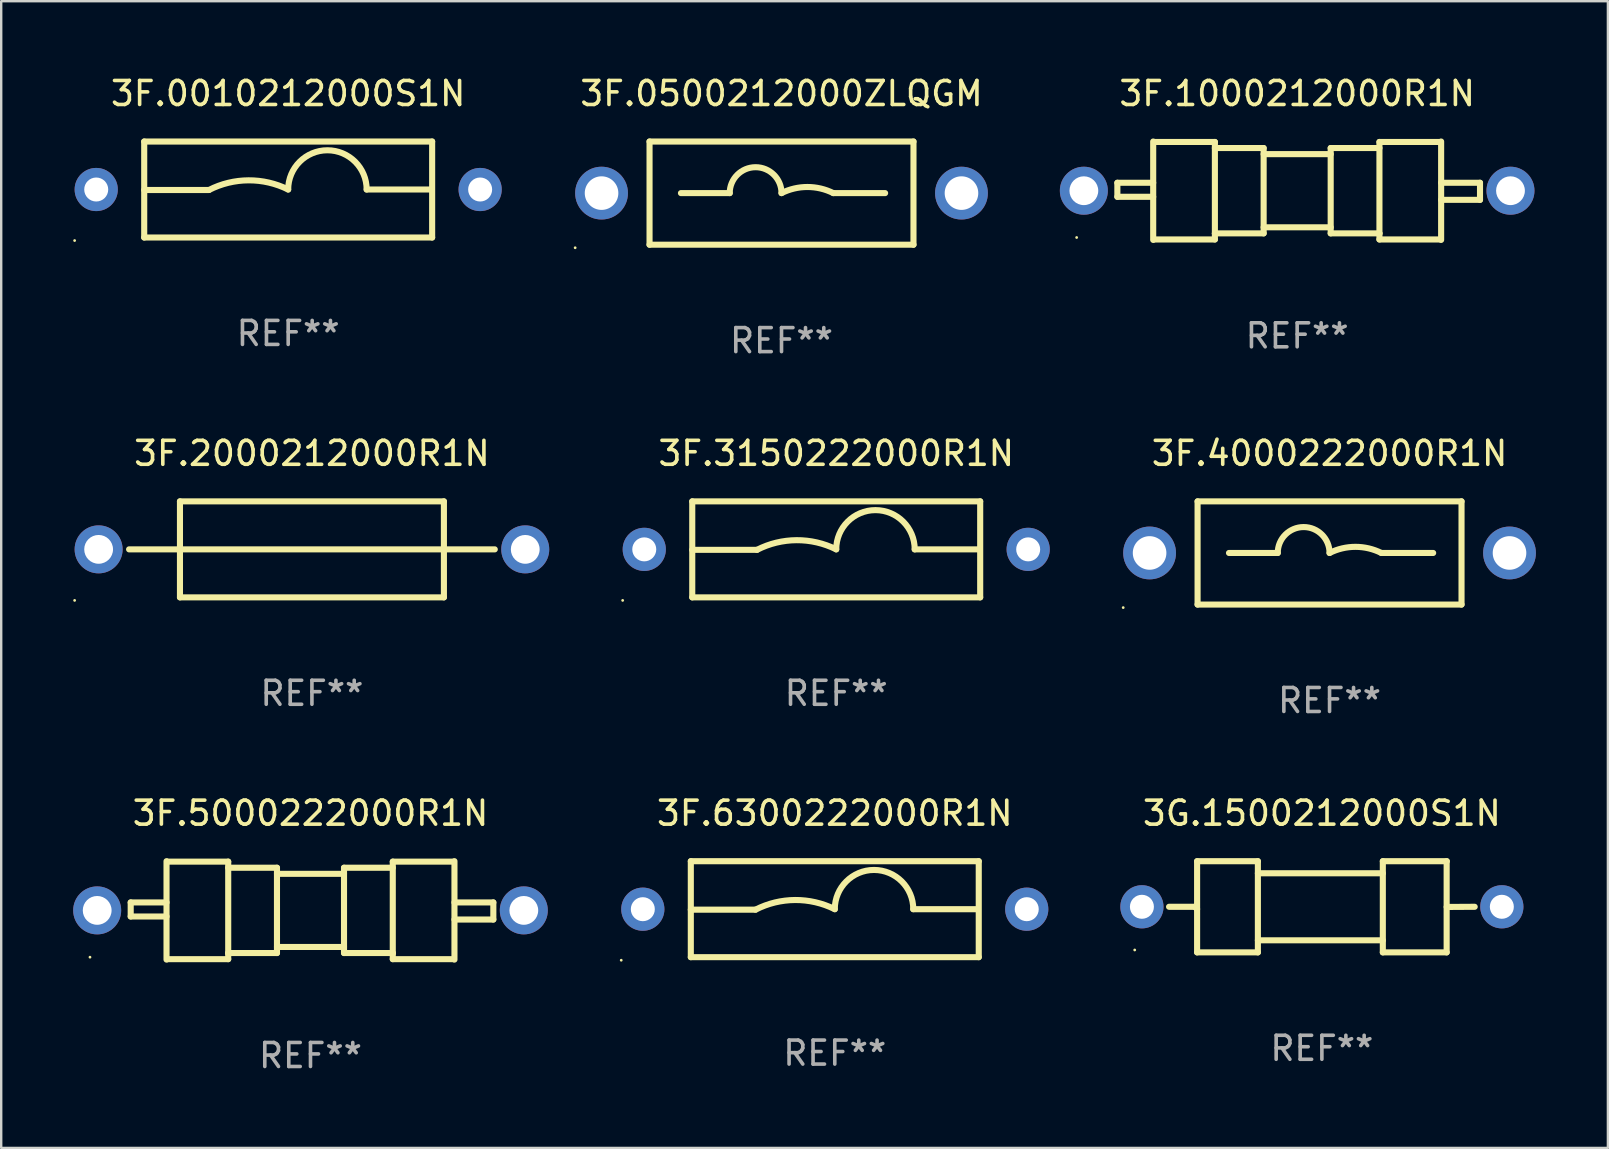
<source format=kicad_pcb>
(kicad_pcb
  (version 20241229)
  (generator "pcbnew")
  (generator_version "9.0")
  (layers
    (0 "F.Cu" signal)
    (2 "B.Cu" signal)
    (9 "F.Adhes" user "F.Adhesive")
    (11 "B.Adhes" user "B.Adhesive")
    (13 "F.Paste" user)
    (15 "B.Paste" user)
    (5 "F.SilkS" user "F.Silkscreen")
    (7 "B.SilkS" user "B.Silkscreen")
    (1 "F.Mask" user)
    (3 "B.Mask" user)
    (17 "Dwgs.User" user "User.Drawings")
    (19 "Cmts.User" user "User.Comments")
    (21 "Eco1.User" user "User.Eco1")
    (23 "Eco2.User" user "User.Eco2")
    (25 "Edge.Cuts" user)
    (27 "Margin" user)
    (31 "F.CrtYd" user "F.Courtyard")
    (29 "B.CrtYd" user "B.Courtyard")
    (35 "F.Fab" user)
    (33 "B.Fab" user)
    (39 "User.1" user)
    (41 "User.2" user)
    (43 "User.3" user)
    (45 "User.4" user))
  (footprint "3F.4000222000R1N"
    (layer "F.Cu")
    (at 52.36 19.995)
    (property "Reference" "3F.4000222000R1N" (at 0 -4.15 0) (layer "F.SilkS") (effects (font (size 1 1) (thickness 0.15))))
    (attr through_hole)
    (fp_line (start -5.5 -2.15) (end -5.5 2.15) (stroke (width 0.254) (type solid)) (layer "F.SilkS"))
    (fp_line (start -5.5 -2.15) (end 5.5 -2.15) (stroke (width 0.254) (type solid)) (layer "F.SilkS"))
    (fp_line (start -5.5 2.15) (end 5.5 2.15) (stroke (width 0.254) (type solid)) (layer "F.SilkS"))
    (fp_line (start -2.159 0) (end -4.191 0) (stroke (width 0.254) (type solid)) (layer "F.SilkS"))
    (fp_line (start 2.159 0) (end 4.318 0) (stroke (width 0.254) (type solid)) (layer "F.SilkS"))
    (fp_line (start 5.5 -2.15) (end 5.5 2.15) (stroke (width 0.254) (type solid)) (layer "F.SilkS"))
    (fp_arc (start -2.159004 0) (mid -1.079502 -1.079502) (end 0 0) (stroke (width 0.254001) (type solid)) (layer "F.SilkS"))
    (fp_arc (start 0 0) (mid 1.079502 -0.254836) (end 2.159004 0) (stroke (width 0.254001) (type solid)) (layer "F.SilkS"))
    (fp_circle (center -8.6 2.277) (end -8.57 2.277) (stroke (width 0.06) (type solid)) (fill no) (layer "F.SilkS"))
    (fp_text user "REF**" (at 0 6.15 0) (layer "F.Fab") (effects (font (size 1 1) (thickness 0.15))))
    (pad "1" thru_hole circle (at -7.5 0) (size 2.2 2.2) (drill 1.4) (layers "*.Cu" "*.Mask"))
    (pad "2" thru_hole circle (at 7.5 0) (size 2.2 2.2) (drill 1.4) (layers "*.Cu" "*.Mask")))
  (footprint "3F.2000212000R1N"
    (layer "F.Cu")
    (at 9.95 19.845)
    (property "Reference" "3F.2000212000R1N" (at 0 -4 0) (layer "F.SilkS") (effects (font (size 1 1) (thickness 0.15))))
    (attr through_hole)
    (fp_line (start -5.5 -2) (end -5.5 2) (stroke (width 0.254) (type solid)) (layer "F.SilkS"))
    (fp_line (start -5.5 -2) (end 5.5 -2) (stroke (width 0.254) (type solid)) (layer "F.SilkS"))
    (fp_line (start 5.5 2) (end -5.5 2) (stroke (width 0.254) (type solid)) (layer "F.SilkS"))
    (fp_line (start 5.5 2) (end 5.5 -2) (stroke (width 0.254) (type solid)) (layer "F.SilkS"))
    (fp_line (start 7.62 0) (end -7.62 0) (stroke (width 0.254) (type solid)) (layer "F.SilkS"))
    (fp_circle (center -9.89 2.127) (end -9.86 2.127) (stroke (width 0.06) (type solid)) (fill no) (layer "F.SilkS"))
    (fp_text user "REF**" (at 0 6 0) (layer "F.Fab") (effects (font (size 1 1) (thickness 0.15))))
    (pad "1" thru_hole circle (at -8.89 0) (size 2 2) (drill 1.2) (layers "*.Cu" "*.Mask"))
    (pad "2" thru_hole circle (at 8.89 0) (size 2 2) (drill 1.2) (layers "*.Cu" "*.Mask")))
  (footprint "3F.6300222000R1N"
    (layer "F.Cu")
    (at 31.74 34.841)
    (property "Reference" "3F.6300222000R1N" (at 0 -4 0) (layer "F.SilkS") (effects (font (size 1 1) (thickness 0.15))))
    (attr through_hole)
    (fp_line (start -6 -2) (end 6 -2) (stroke (width 0.254) (type solid)) (layer "F.SilkS"))
    (fp_line (start -6 0.02) (end -3.302 0.02) (stroke (width 0.254) (type solid)) (layer "F.SilkS"))
    (fp_line (start -6 2) (end -6 -2) (stroke (width 0.254) (type solid)) (layer "F.SilkS"))
    (fp_line (start 5.969 0) (end 3.271 0) (stroke (width 0.254) (type solid)) (layer "F.SilkS"))
    (fp_line (start 6 -2) (end 6 2) (stroke (width 0.254) (type solid)) (layer "F.SilkS"))
    (fp_line (start 6 2) (end -6 2) (stroke (width 0.254) (type solid)) (layer "F.SilkS"))
    (fp_arc (start -3.302007 0.020218) (mid -1.653409 -0.382715) (end 0 0) (stroke (width 0.254001) (type solid)) (layer "F.SilkS"))
    (fp_arc (start 0.000001 0) (mid 1.635497 -1.634823) (end 3.270993 0) (stroke (width 0.254001) (type solid)) (layer "F.SilkS"))
    (fp_circle (center -8.9 2.127) (end -8.87 2.127) (stroke (width 0.06) (type solid)) (fill no) (layer "F.SilkS"))
    (fp_text user "REF**" (at 0 6 0) (layer "F.Fab") (effects (font (size 1 1) (thickness 0.15))))
    (pad "1" thru_hole circle (at -8 0) (size 1.8 1.8) (drill 1) (layers "*.Cu" "*.Mask"))
    (pad "2" thru_hole circle (at 8 0) (size 1.8 1.8) (drill 1) (layers "*.Cu" "*.Mask")))
  (footprint "3F.1000212000R1N"
    (layer "F.Cu")
    (at 51.01 4.898)
    (property "Reference" "3F.1000212000R1N" (at 0 -4.05 0) (layer "F.SilkS") (effects (font (size 1 1) (thickness 0.15))))
    (attr through_hole)
    (fp_line (start -7.493 -0.331) (end -7.493 0.254) (stroke (width 0.254) (type solid)) (layer "F.SilkS"))
    (fp_line (start -7.493 0.254) (end -6 0.254) (stroke (width 0.254) (type solid)) (layer "F.SilkS"))
    (fp_line (start -6 -0.331) (end -7.493 -0.331) (stroke (width 0.254) (type solid)) (layer "F.SilkS"))
    (fp_line (start -6 2.05) (end -6 -2.05) (stroke (width 0.254) (type solid)) (layer "F.SilkS"))
    (fp_line (start -5.969 -2.032) (end -3.429 -2.032) (stroke (width 0.254) (type solid)) (layer "F.SilkS"))
    (fp_line (start -3.429 -2.032) (end -3.429 2.032) (stroke (width 0.254) (type solid)) (layer "F.SilkS"))
    (fp_line (start -3.429 -1.778) (end -1.397 -1.778) (stroke (width 0.254) (type solid)) (layer "F.SilkS"))
    (fp_line (start -3.429 1.778) (end -3.429 1.778) (stroke (width 0.254) (type solid)) (layer "F.SilkS"))
    (fp_line (start -3.429 2.032) (end -5.969 2.032) (stroke (width 0.254) (type solid)) (layer "F.SilkS"))
    (fp_line (start -1.397 -1.778) (end -1.397 1.778) (stroke (width 0.254) (type solid)) (layer "F.SilkS"))
    (fp_line (start -1.397 -1.524) (end 1.397 -1.524) (stroke (width 0.254) (type solid)) (layer "F.SilkS"))
    (fp_line (start -1.397 1.524) (end 1.397 1.524) (stroke (width 0.254) (type solid)) (layer "F.SilkS"))
    (fp_line (start -1.397 1.778) (end -3.429 1.778) (stroke (width 0.254) (type solid)) (layer "F.SilkS"))
    (fp_line (start 1.397 -1.778) (end 1.397 1.778) (stroke (width 0.254) (type solid)) (layer "F.SilkS"))
    (fp_line (start 1.397 1.778) (end 3.429 1.778) (stroke (width 0.254) (type solid)) (layer "F.SilkS"))
    (fp_line (start 3.429 -2.032) (end 3.429 2.032) (stroke (width 0.254) (type solid)) (layer "F.SilkS"))
    (fp_line (start 3.429 -1.778) (end 1.397 -1.778) (stroke (width 0.254) (type solid)) (layer "F.SilkS"))
    (fp_line (start 3.429 1.778) (end 3.429 1.778) (stroke (width 0.254) (type solid)) (layer "F.SilkS"))
    (fp_line (start 3.429 2.032) (end 5.969 2.032) (stroke (width 0.254) (type solid)) (layer "F.SilkS"))
    (fp_line (start 5.969 -2.032) (end 3.429 -2.032) (stroke (width 0.254) (type solid)) (layer "F.SilkS"))
    (fp_line (start 6 -2.05) (end 6 2.05) (stroke (width 0.254) (type solid)) (layer "F.SilkS"))
    (fp_line (start 6 -0.331) (end 7.62 -0.331) (stroke (width 0.254) (type solid)) (layer "F.SilkS"))
    (fp_line (start 7.62 -0.331) (end 7.62 0.381) (stroke (width 0.254) (type solid)) (layer "F.SilkS"))
    (fp_line (start 7.62 0.381) (end 6 0.381) (stroke (width 0.254) (type solid)) (layer "F.SilkS"))
    (fp_circle (center -9.19 1.95) (end -9.16 1.95) (stroke (width 0.06) (type solid)) (fill no) (layer "F.SilkS"))
    (fp_text user "REF**" (at 0 6.05 0) (layer "F.Fab") (effects (font (size 1 1) (thickness 0.15))))
    (pad "1" thru_hole circle (at -8.89 0) (size 2 2) (drill 1.2) (layers "*.Cu" "*.Mask"))
    (pad "2" thru_hole circle (at 8.89 0) (size 2 2) (drill 1.2) (layers "*.Cu" "*.Mask")))
  (footprint "3F.5000222000R1N"
    (layer "F.Cu")
    (at 9.89 34.891)
    (property "Reference" "3F.5000222000R1N" (at 0 -4.05 0) (layer "F.SilkS") (effects (font (size 1 1) (thickness 0.15))))
    (attr through_hole)
    (fp_line (start -7.493 -0.331) (end -7.493 0.254) (stroke (width 0.254) (type solid)) (layer "F.SilkS"))
    (fp_line (start -7.493 0.254) (end -6 0.254) (stroke (width 0.254) (type solid)) (layer "F.SilkS"))
    (fp_line (start -6 -0.331) (end -7.493 -0.331) (stroke (width 0.254) (type solid)) (layer "F.SilkS"))
    (fp_line (start -6 2.05) (end -6 -2.05) (stroke (width 0.254) (type solid)) (layer "F.SilkS"))
    (fp_line (start -5.969 -2.032) (end -3.429 -2.032) (stroke (width 0.254) (type solid)) (layer "F.SilkS"))
    (fp_line (start -3.429 -2.032) (end -3.429 2.032) (stroke (width 0.254) (type solid)) (layer "F.SilkS"))
    (fp_line (start -3.429 -1.778) (end -1.397 -1.778) (stroke (width 0.254) (type solid)) (layer "F.SilkS"))
    (fp_line (start -3.429 1.778) (end -3.429 1.778) (stroke (width 0.254) (type solid)) (layer "F.SilkS"))
    (fp_line (start -3.429 2.032) (end -5.969 2.032) (stroke (width 0.254) (type solid)) (layer "F.SilkS"))
    (fp_line (start -1.397 -1.778) (end -1.397 1.778) (stroke (width 0.254) (type solid)) (layer "F.SilkS"))
    (fp_line (start -1.397 -1.524) (end 1.397 -1.524) (stroke (width 0.254) (type solid)) (layer "F.SilkS"))
    (fp_line (start -1.397 1.524) (end 1.397 1.524) (stroke (width 0.254) (type solid)) (layer "F.SilkS"))
    (fp_line (start -1.397 1.778) (end -3.429 1.778) (stroke (width 0.254) (type solid)) (layer "F.SilkS"))
    (fp_line (start 1.397 -1.778) (end 1.397 1.778) (stroke (width 0.254) (type solid)) (layer "F.SilkS"))
    (fp_line (start 1.397 1.778) (end 3.429 1.778) (stroke (width 0.254) (type solid)) (layer "F.SilkS"))
    (fp_line (start 3.429 -2.032) (end 3.429 2.032) (stroke (width 0.254) (type solid)) (layer "F.SilkS"))
    (fp_line (start 3.429 -1.778) (end 1.397 -1.778) (stroke (width 0.254) (type solid)) (layer "F.SilkS"))
    (fp_line (start 3.429 1.778) (end 3.429 1.778) (stroke (width 0.254) (type solid)) (layer "F.SilkS"))
    (fp_line (start 3.429 2.032) (end 5.969 2.032) (stroke (width 0.254) (type solid)) (layer "F.SilkS"))
    (fp_line (start 5.969 -2.032) (end 3.429 -2.032) (stroke (width 0.254) (type solid)) (layer "F.SilkS"))
    (fp_line (start 6 -2.05) (end 6 2.05) (stroke (width 0.254) (type solid)) (layer "F.SilkS"))
    (fp_line (start 6 -0.331) (end 7.62 -0.331) (stroke (width 0.254) (type solid)) (layer "F.SilkS"))
    (fp_line (start 7.62 -0.331) (end 7.62 0.381) (stroke (width 0.254) (type solid)) (layer "F.SilkS"))
    (fp_line (start 7.62 0.381) (end 6 0.381) (stroke (width 0.254) (type solid)) (layer "F.SilkS"))
    (fp_circle (center -9.19 1.95) (end -9.16 1.95) (stroke (width 0.06) (type solid)) (fill no) (layer "F.SilkS"))
    (fp_text user "REF**" (at 0 6.05 0) (layer "F.Fab") (effects (font (size 1 1) (thickness 0.15))))
    (pad "1" thru_hole circle (at -8.89 0) (size 2 2) (drill 1.2) (layers "*.Cu" "*.Mask"))
    (pad "2" thru_hole circle (at 8.89 0) (size 2 2) (drill 1.2) (layers "*.Cu" "*.Mask")))
  (footprint "3F.3150222000R1N"
    (layer "F.Cu")
    (at 31.8 19.845)
    (property "Reference" "3F.3150222000R1N" (at 0 -4 0) (layer "F.SilkS") (effects (font (size 1 1) (thickness 0.15))))
    (attr through_hole)
    (fp_line (start -6 -2) (end 6 -2) (stroke (width 0.254) (type solid)) (layer "F.SilkS"))
    (fp_line (start -6 0.02) (end -3.302 0.02) (stroke (width 0.254) (type solid)) (layer "F.SilkS"))
    (fp_line (start -6 2) (end -6 -2) (stroke (width 0.254) (type solid)) (layer "F.SilkS"))
    (fp_line (start 5.969 0) (end 3.271 0) (stroke (width 0.254) (type solid)) (layer "F.SilkS"))
    (fp_line (start 6 -2) (end 6 2) (stroke (width 0.254) (type solid)) (layer "F.SilkS"))
    (fp_line (start 6 2) (end -6 2) (stroke (width 0.254) (type solid)) (layer "F.SilkS"))
    (fp_arc (start -3.302007 0.020218) (mid -1.653409 -0.382715) (end 0 0) (stroke (width 0.254001) (type solid)) (layer "F.SilkS"))
    (fp_arc (start 0.000001 0) (mid 1.635497 -1.634823) (end 3.270993 0) (stroke (width 0.254001) (type solid)) (layer "F.SilkS"))
    (fp_circle (center -8.9 2.127) (end -8.87 2.127) (stroke (width 0.06) (type solid)) (fill no) (layer "F.SilkS"))
    (fp_text user "REF**" (at 0 6 0) (layer "F.Fab") (effects (font (size 1 1) (thickness 0.15))))
    (pad "1" thru_hole circle (at -8 0) (size 1.8 1.8) (drill 1) (layers "*.Cu" "*.Mask"))
    (pad "2" thru_hole circle (at 8 0) (size 1.8 1.8) (drill 1) (layers "*.Cu" "*.Mask")))
  (footprint "3F.0010212000S1N"
    (layer "F.Cu")
    (at 8.96 4.848)
    (property "Reference" "3F.0010212000S1N" (at 0 -4 0) (layer "F.SilkS") (effects (font (size 1 1) (thickness 0.15))))
    (attr through_hole)
    (fp_line (start -6 -2) (end 6 -2) (stroke (width 0.254) (type solid)) (layer "F.SilkS"))
    (fp_line (start -6 0.02) (end -3.302 0.02) (stroke (width 0.254) (type solid)) (layer "F.SilkS"))
    (fp_line (start -6 2) (end -6 -2) (stroke (width 0.254) (type solid)) (layer "F.SilkS"))
    (fp_line (start 5.969 0) (end 3.271 0) (stroke (width 0.254) (type solid)) (layer "F.SilkS"))
    (fp_line (start 6 -2) (end 6 2) (stroke (width 0.254) (type solid)) (layer "F.SilkS"))
    (fp_line (start 6 2) (end -6 2) (stroke (width 0.254) (type solid)) (layer "F.SilkS"))
    (fp_arc (start -3.302007 0.020218) (mid -1.653409 -0.382715) (end 0 0) (stroke (width 0.254001) (type solid)) (layer "F.SilkS"))
    (fp_arc (start 0.000001 0) (mid 1.635497 -1.634823) (end 3.270993 0) (stroke (width 0.254001) (type solid)) (layer "F.SilkS"))
    (fp_circle (center -8.9 2.127) (end -8.87 2.127) (stroke (width 0.06) (type solid)) (fill no) (layer "F.SilkS"))
    (fp_text user "REF**" (at 0 6 0) (layer "F.Fab") (effects (font (size 1 1) (thickness 0.15))))
    (pad "1" thru_hole circle (at -8 0) (size 1.8 1.8) (drill 1) (layers "*.Cu" "*.Mask"))
    (pad "2" thru_hole circle (at 8 0) (size 1.8 1.8) (drill 1) (layers "*.Cu" "*.Mask")))
  (footprint "3G.1500212000S1N"
    (layer "F.Cu")
    (at 52.04 34.741)
    (property "Reference" "3G.1500212000S1N" (at 0 -3.9 0) (layer "F.SilkS") (effects (font (size 1 1) (thickness 0.15))))
    (attr through_hole)
    (fp_line (start -6.369 -0.000013) (end -5.295 -0.000013) (stroke (width 0.254) (type solid)) (layer "F.SilkS"))
    (fp_line (start -5.295 -0.000013) (end -5.2 0.095) (stroke (width 0.254) (type solid)) (layer "F.SilkS"))
    (fp_line (start -5.2 -1.9) (end -5.2 1.9) (stroke (width 0.254) (type solid)) (layer "F.SilkS"))
    (fp_line (start -5.2 -1.9) (end -2.667 -1.9) (stroke (width 0.254) (type solid)) (layer "F.SilkS"))
    (fp_line (start -5.2 1.9) (end -2.667 1.9) (stroke (width 0.254) (type solid)) (layer "F.SilkS"))
    (fp_line (start -2.667 -1.9) (end -2.667 1.9) (stroke (width 0.254) (type solid)) (layer "F.SilkS"))
    (fp_line (start -2.667 -1.397) (end 2.54 -1.397) (stroke (width 0.254) (type solid)) (layer "F.SilkS"))
    (fp_line (start -2.667 1.397) (end 2.54 1.397) (stroke (width 0.254) (type solid)) (layer "F.SilkS"))
    (fp_line (start 2.54 -1.9) (end 2.54 1.9) (stroke (width 0.254) (type solid)) (layer "F.SilkS"))
    (fp_line (start 2.54 -1.9) (end 5.207 -1.9) (stroke (width 0.254) (type solid)) (layer "F.SilkS"))
    (fp_line (start 2.54 1.9) (end 5.2 1.9) (stroke (width 0.254) (type solid)) (layer "F.SilkS"))
    (fp_line (start 5.2 -1.9) (end 5.2 1.9) (stroke (width 0.254) (type solid)) (layer "F.SilkS"))
    (fp_line (start 6.369 -0.000013) (end 5.2 0.007) (stroke (width 0.254) (type solid)) (layer "F.SilkS"))
    (fp_circle (center -7.8 1.8) (end -7.77 1.8) (stroke (width 0.06) (type solid)) (fill no) (layer "F.SilkS"))
    (fp_text user "REF**" (at 0 5.9 0) (layer "F.Fab") (effects (font (size 1 1) (thickness 0.15))))
    (pad "1" thru_hole circle (at -7.5 -0.000013) (size 1.8 1.8) (drill 1) (layers "*.Cu" "*.Mask"))
    (pad "2" thru_hole circle (at 7.5 -0.000013) (size 1.8 1.8) (drill 1) (layers "*.Cu" "*.Mask")))
  (footprint "3F.0500212000ZLQGM"
    (layer "F.Cu")
    (at 29.52 4.998)
    (property "Reference" "3F.0500212000ZLQGM" (at 0 -4.15 0) (layer "F.SilkS") (effects (font (size 1 1) (thickness 0.15))))
    (attr through_hole)
    (fp_line (start -5.5 -2.15) (end -5.5 2.15) (stroke (width 0.254) (type solid)) (layer "F.SilkS"))
    (fp_line (start -5.5 -2.15) (end 5.5 -2.15) (stroke (width 0.254) (type solid)) (layer "F.SilkS"))
    (fp_line (start -5.5 2.15) (end 5.5 2.15) (stroke (width 0.254) (type solid)) (layer "F.SilkS"))
    (fp_line (start -2.159 0) (end -4.191 0) (stroke (width 0.254) (type solid)) (layer "F.SilkS"))
    (fp_line (start 2.159 0) (end 4.318 0) (stroke (width 0.254) (type solid)) (layer "F.SilkS"))
    (fp_line (start 5.5 -2.15) (end 5.5 2.15) (stroke (width 0.254) (type solid)) (layer "F.SilkS"))
    (fp_arc (start -2.159004 0) (mid -1.079502 -1.079502) (end 0 0) (stroke (width 0.254001) (type solid)) (layer "F.SilkS"))
    (fp_arc (start 0 0) (mid 1.079502 -0.254836) (end 2.159004 0) (stroke (width 0.254001) (type solid)) (layer "F.SilkS"))
    (fp_circle (center -8.6 2.277) (end -8.57 2.277) (stroke (width 0.06) (type solid)) (fill no) (layer "F.SilkS"))
    (fp_text user "REF**" (at 0 6.15 0) (layer "F.Fab") (effects (font (size 1 1) (thickness 0.15))))
    (pad "1" thru_hole circle (at -7.5 0) (size 2.2 2.2) (drill 1.4) (layers "*.Cu" "*.Mask"))
    (pad "2" thru_hole circle (at 7.5 0) (size 2.2 2.2) (drill 1.4) (layers "*.Cu" "*.Mask")))
  (gr_rect
    (start -3 -3)
    (end 63.96 44.79)
    (stroke (width 0.1) (type default))
    (fill no)
    (layer "Edge.Cuts")))
</source>
